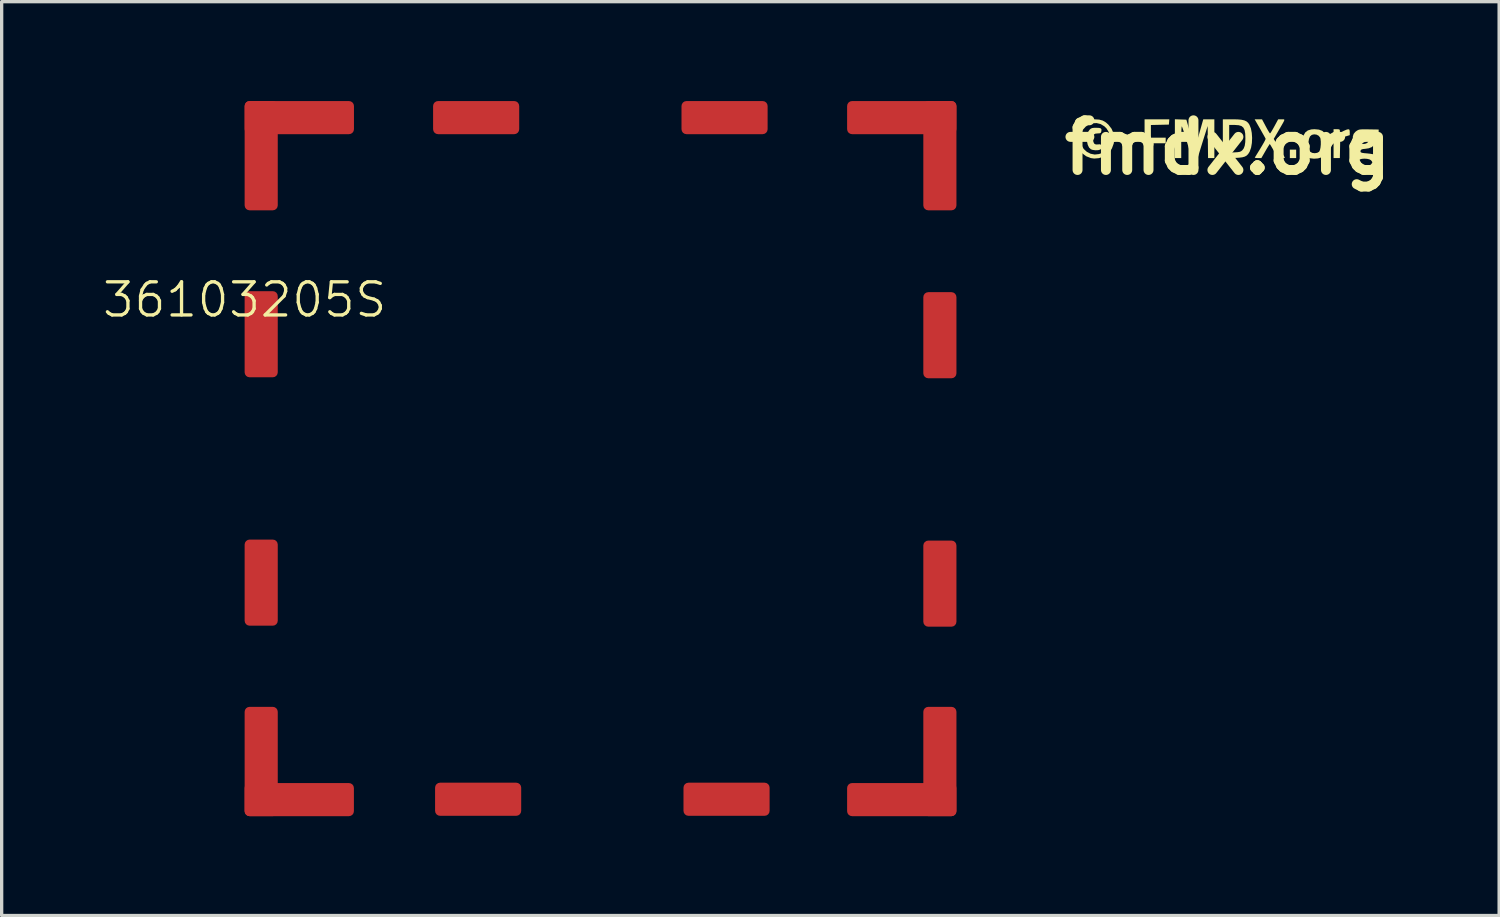
<source format=kicad_pcb>
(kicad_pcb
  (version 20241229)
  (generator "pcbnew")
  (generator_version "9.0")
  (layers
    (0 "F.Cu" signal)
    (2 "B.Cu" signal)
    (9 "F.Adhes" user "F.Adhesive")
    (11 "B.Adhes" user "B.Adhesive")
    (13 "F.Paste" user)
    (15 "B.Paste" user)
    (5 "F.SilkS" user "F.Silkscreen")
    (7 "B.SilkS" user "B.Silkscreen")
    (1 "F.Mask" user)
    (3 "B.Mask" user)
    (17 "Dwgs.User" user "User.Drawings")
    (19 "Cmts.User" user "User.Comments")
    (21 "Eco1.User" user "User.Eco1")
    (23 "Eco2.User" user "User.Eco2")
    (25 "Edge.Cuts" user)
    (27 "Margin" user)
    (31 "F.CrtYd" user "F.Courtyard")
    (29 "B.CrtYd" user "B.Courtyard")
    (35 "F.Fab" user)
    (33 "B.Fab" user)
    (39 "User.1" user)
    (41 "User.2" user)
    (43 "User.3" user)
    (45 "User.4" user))
  (footprint "fmdx.org"
    (layer "F.Cu")
    (at 34.019 1.404)
    (property "Reference" "fmdx.org" (at 0 0 0) (layer "F.SilkS") (effects (font (size 1.5 1.5) (thickness 0.3))))
    (attr board_only exclude_from_pos_files exclude_from_bom)
    (fp_poly (pts (xy 2.065 0.192) (xy 2.065 0.319) (xy 1.969 0.319) (xy 1.874 0.319) (xy 1.874 0.192) (xy 1.874 0.064) (xy 1.969 0.064) (xy 2.065 0.064)) (stroke (width 0) (type solid)) (fill yes) (layer "F.SilkS"))
    (fp_poly (pts (xy -1.771 -0.772) (xy -1.778 -0.692) (xy -2.049 -0.686) (xy -2.321 -0.68) (xy -2.321 -0.489) (xy -2.321 -0.298) (xy -2.097 -0.298) (xy -1.874 -0.298) (xy -1.874 -0.213) (xy -1.874 -0.128) (xy -2.097 -0.128) (xy -2.321 -0.128) (xy -2.321 0.096) (xy -2.321 0.319) (xy -2.417 0.319) (xy -2.512 0.319) (xy -2.512 -0.266) (xy -2.512 -0.852) (xy -2.138 -0.852) (xy -1.765 -0.852)) (stroke (width 0) (type solid)) (fill yes) (layer "F.SilkS"))
    (fp_poly (pts (xy 3.349 -0.551) (xy 3.377 -0.54) (xy 3.385 -0.515) (xy 3.385 -0.501) (xy 3.385 -0.449) (xy 3.497 -0.501) (xy 3.582 -0.538) (xy 3.637 -0.552) (xy 3.668 -0.543) (xy 3.681 -0.508) (xy 3.683 -0.463) (xy 3.683 -0.373) (xy 3.539 -0.33) (xy 3.396 -0.287) (xy 3.39 0.016) (xy 3.384 0.319) (xy 3.289 0.319) (xy 3.194 0.319) (xy 3.194 -0.117) (xy 3.194 -0.554) (xy 3.289 -0.554)) (stroke (width 0) (type solid)) (fill yes) (layer "F.SilkS"))
    (fp_poly (pts (xy -3.885 -0.592) (xy -3.834 -0.578) (xy -3.813 -0.548) (xy -3.816 -0.498) (xy -3.82 -0.479) (xy -3.834 -0.445) (xy -3.863 -0.43) (xy -3.92 -0.426) (xy -3.924 -0.426) (xy -3.997 -0.419) (xy -4.041 -0.394) (xy -4.061 -0.343) (xy -4.067 -0.263) (xy -4.058 -0.172) (xy -4.031 -0.116) (xy -3.981 -0.091) (xy -3.916 -0.094) (xy -3.859 -0.098) (xy -3.83 -0.084) (xy -3.824 -0.073) (xy -3.812 -0.003) (xy -3.833 0.048) (xy -3.852 0.063) (xy -3.915 0.08) (xy -3.997 0.083) (xy -4.079 0.072) (xy -4.133 0.053) (xy -4.188 0.001) (xy -4.227 -0.08) (xy -4.25 -0.18) (xy -4.255 -0.287) (xy -4.243 -0.391) (xy -4.211 -0.481) (xy -4.173 -0.536) (xy -4.135 -0.569) (xy -4.096 -0.587) (xy -4.041 -0.595) (xy -3.972 -0.596)) (stroke (width 0) (type solid)) (fill yes) (layer "F.SilkS"))
    (fp_poly (pts (xy 0.295 -0.849) (xy 0.412 -0.839) (xy 0.5 -0.819) (xy 0.566 -0.788) (xy 0.616 -0.744) (xy 0.655 -0.685) (xy 0.699 -0.575) (xy 0.725 -0.439) (xy 0.735 -0.289) (xy 0.728 -0.137) (xy 0.704 0.003) (xy 0.663 0.119) (xy 0.655 0.135) (xy 0.616 0.196) (xy 0.571 0.242) (xy 0.515 0.274) (xy 0.44 0.295) (xy 0.338 0.308) (xy 0.203 0.315) (xy 0.154 0.316) (xy -0.149 0.323) (xy -0.149 -0.264) (xy 0.043 -0.264) (xy 0.043 0.154) (xy 0.211 0.146) (xy 0.301 0.14) (xy 0.361 0.13) (xy 0.402 0.112) (xy 0.435 0.087) (xy 0.482 0.026) (xy 0.512 -0.054) (xy 0.528 -0.163) (xy 0.532 -0.277) (xy 0.527 -0.42) (xy 0.508 -0.526) (xy 0.471 -0.6) (xy 0.414 -0.648) (xy 0.331 -0.673) (xy 0.22 -0.681) (xy 0.21 -0.681) (xy 0.043 -0.681) (xy 0.043 -0.264) (xy -0.149 -0.264) (xy -0.149 -0.264) (xy -0.149 -0.852) (xy 0.142 -0.852)) (stroke (width 0) (type solid)) (fill yes) (layer "F.SilkS"))
    (fp_poly (pts (xy -1.423 -0.847) (xy -1.25 -0.841) (xy -1.13 -0.422) (xy -1.094 -0.295) (xy -1.061 -0.183) (xy -1.033 -0.09) (xy -1.012 -0.025) (xy -1 0.007) (xy -0.999 0.009) (xy -0.99 -0.007) (xy -0.972 -0.059) (xy -0.946 -0.139) (xy -0.913 -0.244) (xy -0.877 -0.367) (xy -0.863 -0.416) (xy -0.74 -0.852) (xy -0.572 -0.852) (xy -0.405 -0.852) (xy -0.405 -0.266) (xy -0.405 0.319) (xy -0.5 0.319) (xy -0.595 0.319) (xy -0.601 -0.165) (xy -0.607 -0.649) (xy -0.685 -0.405) (xy -0.725 -0.279) (xy -0.768 -0.141) (xy -0.809 -0.01) (xy -0.83 0.059) (xy -0.896 0.277) (xy -0.998 0.277) (xy -1.1 0.277) (xy -1.236 -0.181) (xy -1.276 -0.313) (xy -1.313 -0.43) (xy -1.344 -0.526) (xy -1.369 -0.596) (xy -1.385 -0.634) (xy -1.389 -0.639) (xy -1.393 -0.618) (xy -1.398 -0.562) (xy -1.401 -0.474) (xy -1.404 -0.362) (xy -1.405 -0.232) (xy -1.405 -0.16) (xy -1.405 0.319) (xy -1.501 0.319) (xy -1.597 0.319) (xy -1.597 -0.267) (xy -1.597 -0.853)) (stroke (width 0) (type solid)) (fill yes) (layer "F.SilkS"))
    (fp_poly (pts (xy 2.751 -0.541) (xy 2.852 -0.504) (xy 2.926 -0.438) (xy 2.974 -0.341) (xy 2.998 -0.21) (xy 3.002 -0.109) (xy 2.993 0.038) (xy 2.966 0.149) (xy 2.918 0.231) (xy 2.846 0.288) (xy 2.823 0.3) (xy 2.722 0.329) (xy 2.602 0.337) (xy 2.484 0.324) (xy 2.455 0.317) (xy 2.377 0.273) (xy 2.314 0.197) (xy 2.269 0.094) (xy 2.244 -0.028) (xy 2.243 -0.064) (xy 2.436 -0.064) (xy 2.448 0.03) (xy 2.475 0.105) (xy 2.494 0.131) (xy 2.551 0.162) (xy 2.626 0.172) (xy 2.701 0.16) (xy 2.757 0.128) (xy 2.759 0.126) (xy 2.783 0.077) (xy 2.8 0.000414) (xy 2.809 -0.091) (xy 2.809 -0.183) (xy 2.8 -0.263) (xy 2.79 -0.297) (xy 2.746 -0.354) (xy 2.681 -0.389) (xy 2.607 -0.398) (xy 2.537 -0.382) (xy 2.485 -0.337) (xy 2.482 -0.333) (xy 2.452 -0.259) (xy 2.437 -0.165) (xy 2.436 -0.064) (xy 2.243 -0.064) (xy 2.242 -0.161) (xy 2.252 -0.237) (xy 2.287 -0.365) (xy 2.341 -0.457) (xy 2.418 -0.516) (xy 2.521 -0.547) (xy 2.619 -0.553)) (stroke (width 0) (type solid)) (fill yes) (layer "F.SilkS"))
    (fp_poly (pts (xy -3.883 -0.843) (xy -3.776 -0.814) (xy -3.681 -0.758) (xy -3.605 -0.691) (xy -3.508 -0.566) (xy -3.448 -0.426) (xy -3.425 -0.276) (xy -3.442 -0.124) (xy -3.497 0.025) (xy -3.54 0.098) (xy -3.634 0.2) (xy -3.754 0.276) (xy -3.891 0.321) (xy -4.033 0.333) (xy -4.136 0.319) (xy -4.276 0.263) (xy -4.394 0.174) (xy -4.487 0.058) (xy -4.549 -0.079) (xy -4.577 -0.231) (xy -4.578 -0.266) (xy -4.577 -0.273) (xy -4.45 -0.273) (xy -4.444 -0.188) (xy -4.429 -0.106) (xy -4.417 -0.069) (xy -4.348 0.045) (xy -4.254 0.131) (xy -4.141 0.188) (xy -4.017 0.212) (xy -3.891 0.198) (xy -3.837 0.18) (xy -3.725 0.112) (xy -3.64 0.018) (xy -3.583 -0.094) (xy -3.556 -0.217) (xy -3.559 -0.344) (xy -3.593 -0.465) (xy -3.66 -0.575) (xy -3.727 -0.641) (xy -3.84 -0.709) (xy -3.959 -0.738) (xy -4.078 -0.733) (xy -4.19 -0.696) (xy -4.289 -0.631) (xy -4.37 -0.541) (xy -4.425 -0.429) (xy -4.449 -0.297) (xy -4.45 -0.273) (xy -4.577 -0.273) (xy -4.558 -0.419) (xy -4.504 -0.557) (xy -4.42 -0.674) (xy -4.311 -0.765) (xy -4.181 -0.826) (xy -4.036 -0.851) (xy -4.016 -0.851)) (stroke (width 0) (type solid)) (fill yes) (layer "F.SilkS"))
    (fp_poly (pts (xy 1.69 -0.852) (xy 1.705 -0.845) (xy 1.707 -0.826) (xy 1.693 -0.791) (xy 1.663 -0.735) (xy 1.616 -0.653) (xy 1.55 -0.539) (xy 1.532 -0.508) (xy 1.388 -0.26) (xy 1.556 0.021) (xy 1.614 0.118) (xy 1.664 0.202) (xy 1.701 0.266) (xy 1.721 0.303) (xy 1.725 0.31) (xy 1.705 0.315) (xy 1.657 0.319) (xy 1.62 0.319) (xy 1.516 0.319) (xy 1.396 0.106) (xy 1.347 0.022) (xy 1.307 -0.046) (xy 1.279 -0.091) (xy 1.268 -0.106) (xy 1.255 -0.089) (xy 1.225 -0.042) (xy 1.183 0.027) (xy 1.137 0.106) (xy 1.014 0.319) (xy 0.91 0.319) (xy 0.853 0.316) (xy 0.82 0.309) (xy 0.816 0.303) (xy 0.916 0.141) (xy 0.995 0.012) (xy 1.054 -0.088) (xy 1.097 -0.163) (xy 1.124 -0.215) (xy 1.139 -0.249) (xy 1.142 -0.267) (xy 1.141 -0.269) (xy 1.127 -0.296) (xy 1.096 -0.353) (xy 1.051 -0.432) (xy 0.998 -0.527) (xy 0.971 -0.574) (xy 0.811 -0.852) (xy 0.923 -0.852) (xy 1.034 -0.852) (xy 1.147 -0.639) (xy 1.193 -0.554) (xy 1.233 -0.485) (xy 1.262 -0.44) (xy 1.276 -0.426) (xy 1.292 -0.443) (xy 1.323 -0.491) (xy 1.364 -0.562) (xy 1.407 -0.639) (xy 1.522 -0.852) (xy 1.624 -0.852) (xy 1.663 -0.852)) (stroke (width 0) (type solid)) (fill yes) (layer "F.SilkS"))
    (fp_poly (pts (xy 4.261 -0.548) (xy 4.556 -0.543) (xy 4.556 -0.461) (xy 4.554 -0.408) (xy 4.541 -0.386) (xy 4.508 -0.386) (xy 4.496 -0.387) (xy 4.436 -0.396) (xy 4.446 -0.283) (xy 4.444 -0.165) (xy 4.413 -0.076) (xy 4.351 -0.014) (xy 4.256 0.023) (xy 4.159 0.038) (xy 4.082 0.046) (xy 4.037 0.06) (xy 4.015 0.08) (xy 4.012 0.088) (xy 4.006 0.122) (xy 4.018 0.145) (xy 4.053 0.16) (xy 4.119 0.17) (xy 4.203 0.177) (xy 4.295 0.187) (xy 4.379 0.201) (xy 4.439 0.218) (xy 4.448 0.223) (xy 4.506 0.274) (xy 4.539 0.35) (xy 4.547 0.437) (xy 4.531 0.525) (xy 4.49 0.603) (xy 4.448 0.644) (xy 4.366 0.685) (xy 4.256 0.711) (xy 4.133 0.722) (xy 4.01 0.715) (xy 3.949 0.704) (xy 3.852 0.666) (xy 3.789 0.606) (xy 3.767 0.559) (xy 3.754 0.462) (xy 3.757 0.451) (xy 3.938 0.451) (xy 3.954 0.503) (xy 4.008 0.537) (xy 4.101 0.552) (xy 4.143 0.554) (xy 4.226 0.55) (xy 4.28 0.539) (xy 4.316 0.516) (xy 4.322 0.511) (xy 4.353 0.473) (xy 4.365 0.447) (xy 4.351 0.418) (xy 4.322 0.383) (xy 4.275 0.357) (xy 4.204 0.341) (xy 4.124 0.336) (xy 4.048 0.342) (xy 3.988 0.359) (xy 3.961 0.382) (xy 3.938 0.451) (xy 3.757 0.451) (xy 3.779 0.374) (xy 3.82 0.321) (xy 3.854 0.282) (xy 3.857 0.244) (xy 3.847 0.212) (xy 3.834 0.15) (xy 3.848 0.081) (xy 3.851 0.073) (xy 3.867 0.02) (xy 3.862 -0.015) (xy 3.833 -0.052) (xy 3.83 -0.055) (xy 3.797 -0.105) (xy 3.78 -0.174) (xy 3.774 -0.229) (xy 3.775 -0.253) (xy 3.96 -0.253) (xy 3.977 -0.176) (xy 4.027 -0.126) (xy 4.103 -0.107) (xy 4.109 -0.106) (xy 4.169 -0.119) (xy 4.211 -0.14) (xy 4.246 -0.18) (xy 4.258 -0.241) (xy 4.258 -0.255) (xy 4.245 -0.336) (xy 4.203 -0.385) (xy 4.132 -0.404) (xy 4.115 -0.405) (xy 4.033 -0.39) (xy 3.982 -0.345) (xy 3.961 -0.271) (xy 3.96 -0.253) (xy 3.775 -0.253) (xy 3.776 -0.334) (xy 3.801 -0.412) (xy 3.854 -0.475) (xy 3.894 -0.505) (xy 3.926 -0.524) (xy 3.958 -0.537) (xy 4 -0.545) (xy 4.06 -0.549) (xy 4.145 -0.55)) (stroke (width 0) (type solid)) (fill yes) (layer "F.SilkS")))
  (footprint "36103205S"
    (layer "F.Cu")
    (at 4.336 6.501)
    (property "Reference" "36103205S" (at 0 -0.5 0) (unlocked yes) (layer "F.SilkS") (effects (font (size 1 1) (thickness 0.1))))
    (attr smd)
    (pad "1" smd roundrect (at 0.5 -4.851 90) (size 3.3 1) (layers "F.Cu" "F.Mask" "F.Paste") (roundrect_rratio 0.15))
    (pad "1" smd roundrect (at 0.5 0.54 270) (size 2.6 1) (layers "F.Cu" "F.Mask" "F.Paste") (roundrect_rratio 0.15))
    (pad "1" smd roundrect (at 0.5 8.04 270) (size 2.6 1) (layers "F.Cu" "F.Mask" "F.Paste") (roundrect_rratio 0.15))
    (pad "1" smd roundrect (at 0.5 13.44 90) (size 3.3 1) (layers "F.Cu" "F.Mask" "F.Paste") (roundrect_rratio 0.15))
    (pad "1" smd roundrect (at 1.649 14.591 180) (size 3.3 1) (layers "F.Cu" "F.Mask" "F.Paste") (roundrect_rratio 0.15))
    (pad "1" smd roundrect (at 1.651 -6) (size 3.3 1) (layers "F.Cu" "F.Mask" "F.Paste") (roundrect_rratio 0.15))
    (pad "1" smd roundrect (at 6.99 -6) (size 2.6 1) (layers "F.Cu" "F.Mask" "F.Paste") (roundrect_rratio 0.15))
    (pad "1" smd roundrect (at 7.05 14.58) (size 2.6 1) (layers "F.Cu" "F.Mask" "F.Paste") (roundrect_rratio 0.15))
    (pad "1" smd roundrect (at 14.49 -6) (size 2.6 1) (layers "F.Cu" "F.Mask" "F.Paste") (roundrect_rratio 0.15))
    (pad "1" smd roundrect (at 14.55 14.58) (size 2.6 1) (layers "F.Cu" "F.Mask" "F.Paste") (roundrect_rratio 0.15))
    (pad "1" smd roundrect (at 19.84 -6) (size 3.3 1) (layers "F.Cu" "F.Mask" "F.Paste") (roundrect_rratio 0.15))
    (pad "1" smd roundrect (at 19.84 14.591 180) (size 3.3 1) (layers "F.Cu" "F.Mask" "F.Paste") (roundrect_rratio 0.15))
    (pad "1" smd roundrect (at 20.991 -4.851 270) (size 3.3 1) (layers "F.Cu" "F.Mask" "F.Paste") (roundrect_rratio 0.15))
    (pad "1" smd roundrect (at 20.991 0.57 270) (size 2.6 1) (layers "F.Cu" "F.Mask" "F.Paste") (roundrect_rratio 0.15))
    (pad "1" smd roundrect (at 20.991 8.07 270) (size 2.6 1) (layers "F.Cu" "F.Mask" "F.Paste") (roundrect_rratio 0.15))
    (pad "1" smd roundrect (at 20.991 13.44 270) (size 3.3 1) (layers "F.Cu" "F.Mask" "F.Paste") (roundrect_rratio 0.15)))
  (gr_rect
    (start -3 -3)
    (end 42.212 24.592)
    (stroke (width 0.1) (type default))
    (fill no)
    (layer "Edge.Cuts")))
</source>
